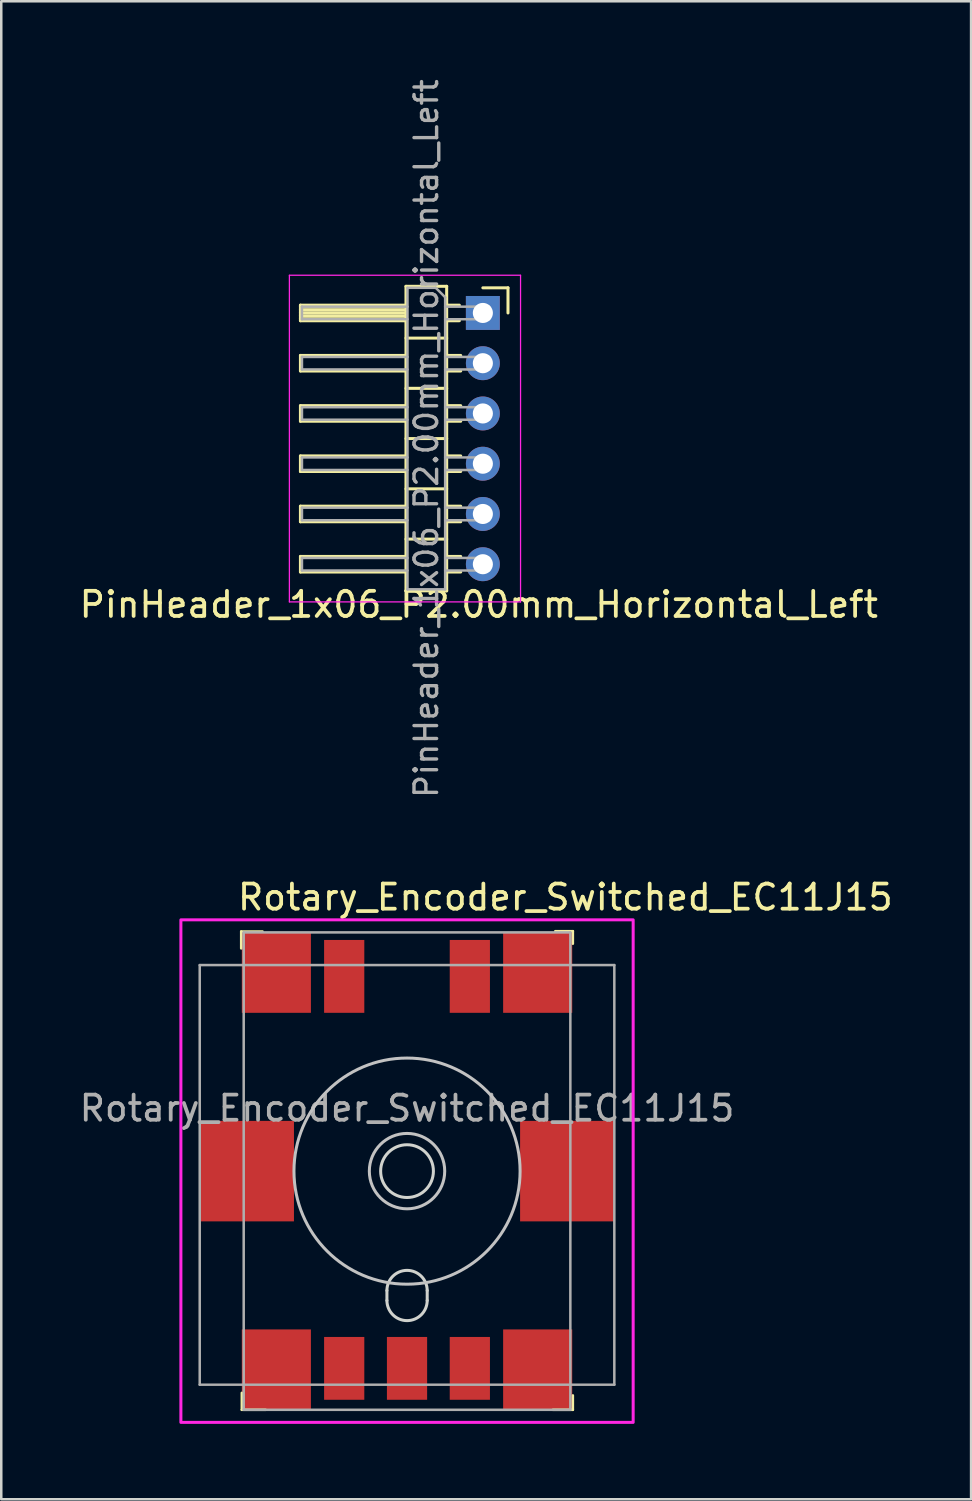
<source format=kicad_pcb>
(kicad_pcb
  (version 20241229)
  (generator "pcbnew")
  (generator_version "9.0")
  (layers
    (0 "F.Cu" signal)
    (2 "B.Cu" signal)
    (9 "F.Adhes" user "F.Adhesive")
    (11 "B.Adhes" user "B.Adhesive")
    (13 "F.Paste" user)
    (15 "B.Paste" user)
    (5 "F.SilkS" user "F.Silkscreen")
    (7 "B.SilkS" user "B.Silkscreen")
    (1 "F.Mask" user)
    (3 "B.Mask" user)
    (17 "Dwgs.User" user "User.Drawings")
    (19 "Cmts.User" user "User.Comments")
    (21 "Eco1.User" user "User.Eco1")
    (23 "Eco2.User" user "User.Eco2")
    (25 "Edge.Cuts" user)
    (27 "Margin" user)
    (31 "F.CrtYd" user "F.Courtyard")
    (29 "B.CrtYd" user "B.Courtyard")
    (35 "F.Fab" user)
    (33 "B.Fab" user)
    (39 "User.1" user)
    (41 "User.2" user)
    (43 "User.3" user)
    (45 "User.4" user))
  (footprint "PinHeader_1x06_P2.00mm_Horizontal_Left"
    (layer "F.Cu")
    (at 10.047 9.405)
    (property "Reference" "PinHeader_1x06_P2.00mm_Horizontal_Left" (at 5.959 11.604 0) (layer "F.SilkS") (effects (font (size 1 1) (thickness 0.15))))
    (attr through_hole)
    (fp_line (start -1.14 -0.31) (end -1.14 0.31) (stroke (width 0.12) (type solid)) (layer "F.SilkS"))
    (fp_line (start -1.14 0.31) (end 3.06 0.31) (stroke (width 0.12) (type solid)) (layer "F.SilkS"))
    (fp_line (start -1.14 1.69) (end -1.14 2.31) (stroke (width 0.12) (type solid)) (layer "F.SilkS"))
    (fp_line (start -1.14 2.31) (end 3.06 2.31) (stroke (width 0.12) (type solid)) (layer "F.SilkS"))
    (fp_line (start -1.14 3.69) (end -1.14 4.31) (stroke (width 0.12) (type solid)) (layer "F.SilkS"))
    (fp_line (start -1.14 4.31) (end 3.06 4.31) (stroke (width 0.12) (type solid)) (layer "F.SilkS"))
    (fp_line (start -1.14 5.69) (end -1.14 6.31) (stroke (width 0.12) (type solid)) (layer "F.SilkS"))
    (fp_line (start -1.14 6.31) (end 3.06 6.31) (stroke (width 0.12) (type solid)) (layer "F.SilkS"))
    (fp_line (start -1.14 7.69) (end -1.14 8.31) (stroke (width 0.12) (type solid)) (layer "F.SilkS"))
    (fp_line (start -1.14 8.31) (end 3.06 8.31) (stroke (width 0.12) (type solid)) (layer "F.SilkS"))
    (fp_line (start -1.14 9.69) (end -1.14 10.31) (stroke (width 0.12) (type solid)) (layer "F.SilkS"))
    (fp_line (start -1.14 10.31) (end 3.06 10.31) (stroke (width 0.12) (type solid)) (layer "F.SilkS"))
    (fp_line (start 3.06 -1.06) (end 4.68 -1.06) (stroke (width 0.12) (type solid)) (layer "F.SilkS"))
    (fp_line (start 3.06 -0.31) (end -1.14 -0.31) (stroke (width 0.12) (type solid)) (layer "F.SilkS"))
    (fp_line (start 3.06 -0.25) (end -1.14 -0.25) (stroke (width 0.12) (type solid)) (layer "F.SilkS"))
    (fp_line (start 3.06 -0.13) (end -1.14 -0.13) (stroke (width 0.12) (type solid)) (layer "F.SilkS"))
    (fp_line (start 3.06 -0.01) (end -1.14 -0.01) (stroke (width 0.12) (type solid)) (layer "F.SilkS"))
    (fp_line (start 3.06 0.11) (end -1.14 0.11) (stroke (width 0.12) (type solid)) (layer "F.SilkS"))
    (fp_line (start 3.06 0.23) (end -1.14 0.23) (stroke (width 0.12) (type solid)) (layer "F.SilkS"))
    (fp_line (start 3.06 1.69) (end -1.14 1.69) (stroke (width 0.12) (type solid)) (layer "F.SilkS"))
    (fp_line (start 3.06 3.69) (end -1.14 3.69) (stroke (width 0.12) (type solid)) (layer "F.SilkS"))
    (fp_line (start 3.06 5.69) (end -1.14 5.69) (stroke (width 0.12) (type solid)) (layer "F.SilkS"))
    (fp_line (start 3.06 7.69) (end -1.14 7.69) (stroke (width 0.12) (type solid)) (layer "F.SilkS"))
    (fp_line (start 3.06 9.69) (end -1.14 9.69) (stroke (width 0.12) (type solid)) (layer "F.SilkS"))
    (fp_line (start 3.06 11.06) (end 3.06 -1.06) (stroke (width 0.12) (type solid)) (layer "F.SilkS"))
    (fp_line (start 4.68 -1.06) (end 4.68 11.06) (stroke (width 0.12) (type solid)) (layer "F.SilkS"))
    (fp_line (start 4.68 1) (end 3.06 1) (stroke (width 0.12) (type solid)) (layer "F.SilkS"))
    (fp_line (start 4.68 3) (end 3.06 3) (stroke (width 0.12) (type solid)) (layer "F.SilkS"))
    (fp_line (start 4.68 5) (end 3.06 5) (stroke (width 0.12) (type solid)) (layer "F.SilkS"))
    (fp_line (start 4.68 7) (end 3.06 7) (stroke (width 0.12) (type solid)) (layer "F.SilkS"))
    (fp_line (start 4.68 9) (end 3.06 9) (stroke (width 0.12) (type solid)) (layer "F.SilkS"))
    (fp_line (start 4.68 11.06) (end 3.06 11.06) (stroke (width 0.12) (type solid)) (layer "F.SilkS"))
    (fp_line (start 5.185 -0.31) (end 4.68 -0.31) (stroke (width 0.12) (type solid)) (layer "F.SilkS"))
    (fp_line (start 5.185 0.31) (end 4.68 0.31) (stroke (width 0.12) (type solid)) (layer "F.SilkS"))
    (fp_line (start 5.238 1.69) (end 4.68 1.69) (stroke (width 0.12) (type solid)) (layer "F.SilkS"))
    (fp_line (start 5.238 2.31) (end 4.68 2.31) (stroke (width 0.12) (type solid)) (layer "F.SilkS"))
    (fp_line (start 5.238 3.69) (end 4.68 3.69) (stroke (width 0.12) (type solid)) (layer "F.SilkS"))
    (fp_line (start 5.238 4.31) (end 4.68 4.31) (stroke (width 0.12) (type solid)) (layer "F.SilkS"))
    (fp_line (start 5.238 5.69) (end 4.68 5.69) (stroke (width 0.12) (type solid)) (layer "F.SilkS"))
    (fp_line (start 5.238 6.31) (end 4.68 6.31) (stroke (width 0.12) (type solid)) (layer "F.SilkS"))
    (fp_line (start 5.238 7.69) (end 4.68 7.69) (stroke (width 0.12) (type solid)) (layer "F.SilkS"))
    (fp_line (start 5.238 8.31) (end 4.68 8.31) (stroke (width 0.12) (type solid)) (layer "F.SilkS"))
    (fp_line (start 5.238 9.69) (end 4.68 9.69) (stroke (width 0.12) (type solid)) (layer "F.SilkS"))
    (fp_line (start 5.238 10.31) (end 4.68 10.31) (stroke (width 0.12) (type solid)) (layer "F.SilkS"))
    (fp_line (start 7.12 -1) (end 6.12 -1) (stroke (width 0.12) (type solid)) (layer "F.SilkS"))
    (fp_line (start 7.12 0) (end 7.12 -1) (stroke (width 0.12) (type solid)) (layer "F.SilkS"))
    (fp_line (start -1.58 -1.5) (end 7.62 -1.5) (stroke (width 0.05) (type solid)) (layer "F.CrtYd"))
    (fp_line (start -1.58 11.5) (end -1.58 -1.5) (stroke (width 0.05) (type solid)) (layer "F.CrtYd"))
    (fp_line (start 7.62 -1.5) (end 7.62 11.5) (stroke (width 0.05) (type solid)) (layer "F.CrtYd"))
    (fp_line (start 7.62 11.5) (end -1.58 11.5) (stroke (width 0.05) (type solid)) (layer "F.CrtYd"))
    (fp_line (start -1.08 -0.25) (end -1.08 0.25) (stroke (width 0.1) (type solid)) (layer "F.Fab"))
    (fp_line (start -1.08 1.75) (end -1.08 2.25) (stroke (width 0.1) (type solid)) (layer "F.Fab"))
    (fp_line (start -1.08 3.75) (end -1.08 4.25) (stroke (width 0.1) (type solid)) (layer "F.Fab"))
    (fp_line (start -1.08 5.75) (end -1.08 6.25) (stroke (width 0.1) (type solid)) (layer "F.Fab"))
    (fp_line (start -1.08 7.75) (end -1.08 8.25) (stroke (width 0.1) (type solid)) (layer "F.Fab"))
    (fp_line (start -1.08 9.75) (end -1.08 10.25) (stroke (width 0.1) (type solid)) (layer "F.Fab"))
    (fp_line (start 3.12 -1) (end 3.12 11) (stroke (width 0.1) (type solid)) (layer "F.Fab"))
    (fp_line (start 3.12 -0.25) (end -1.08 -0.25) (stroke (width 0.1) (type solid)) (layer "F.Fab"))
    (fp_line (start 3.12 0.25) (end -1.08 0.25) (stroke (width 0.1) (type solid)) (layer "F.Fab"))
    (fp_line (start 3.12 1.75) (end -1.08 1.75) (stroke (width 0.1) (type solid)) (layer "F.Fab"))
    (fp_line (start 3.12 2.25) (end -1.08 2.25) (stroke (width 0.1) (type solid)) (layer "F.Fab"))
    (fp_line (start 3.12 3.75) (end -1.08 3.75) (stroke (width 0.1) (type solid)) (layer "F.Fab"))
    (fp_line (start 3.12 4.25) (end -1.08 4.25) (stroke (width 0.1) (type solid)) (layer "F.Fab"))
    (fp_line (start 3.12 5.75) (end -1.08 5.75) (stroke (width 0.1) (type solid)) (layer "F.Fab"))
    (fp_line (start 3.12 6.25) (end -1.08 6.25) (stroke (width 0.1) (type solid)) (layer "F.Fab"))
    (fp_line (start 3.12 7.75) (end -1.08 7.75) (stroke (width 0.1) (type solid)) (layer "F.Fab"))
    (fp_line (start 3.12 8.25) (end -1.08 8.25) (stroke (width 0.1) (type solid)) (layer "F.Fab"))
    (fp_line (start 3.12 9.75) (end -1.08 9.75) (stroke (width 0.1) (type solid)) (layer "F.Fab"))
    (fp_line (start 3.12 10.25) (end -1.08 10.25) (stroke (width 0.1) (type solid)) (layer "F.Fab"))
    (fp_line (start 3.12 11) (end 4.62 11) (stroke (width 0.1) (type solid)) (layer "F.Fab"))
    (fp_line (start 4.245 -1) (end 3.12 -1) (stroke (width 0.1) (type solid)) (layer "F.Fab"))
    (fp_line (start 4.62 -0.625) (end 4.245 -1) (stroke (width 0.1) (type solid)) (layer "F.Fab"))
    (fp_line (start 4.62 11) (end 4.62 -0.625) (stroke (width 0.1) (type solid)) (layer "F.Fab"))
    (fp_line (start 6.37 -0.25) (end 4.62 -0.25) (stroke (width 0.1) (type solid)) (layer "F.Fab"))
    (fp_line (start 6.37 -0.25) (end 6.37 0.25) (stroke (width 0.1) (type solid)) (layer "F.Fab"))
    (fp_line (start 6.37 0.25) (end 4.62 0.25) (stroke (width 0.1) (type solid)) (layer "F.Fab"))
    (fp_line (start 6.37 1.75) (end 4.62 1.75) (stroke (width 0.1) (type solid)) (layer "F.Fab"))
    (fp_line (start 6.37 1.75) (end 6.37 2.25) (stroke (width 0.1) (type solid)) (layer "F.Fab"))
    (fp_line (start 6.37 2.25) (end 4.62 2.25) (stroke (width 0.1) (type solid)) (layer "F.Fab"))
    (fp_line (start 6.37 3.75) (end 4.62 3.75) (stroke (width 0.1) (type solid)) (layer "F.Fab"))
    (fp_line (start 6.37 3.75) (end 6.37 4.25) (stroke (width 0.1) (type solid)) (layer "F.Fab"))
    (fp_line (start 6.37 4.25) (end 4.62 4.25) (stroke (width 0.1) (type solid)) (layer "F.Fab"))
    (fp_line (start 6.37 5.75) (end 4.62 5.75) (stroke (width 0.1) (type solid)) (layer "F.Fab"))
    (fp_line (start 6.37 5.75) (end 6.37 6.25) (stroke (width 0.1) (type solid)) (layer "F.Fab"))
    (fp_line (start 6.37 6.25) (end 4.62 6.25) (stroke (width 0.1) (type solid)) (layer "F.Fab"))
    (fp_line (start 6.37 7.75) (end 4.62 7.75) (stroke (width 0.1) (type solid)) (layer "F.Fab"))
    (fp_line (start 6.37 7.75) (end 6.37 8.25) (stroke (width 0.1) (type solid)) (layer "F.Fab"))
    (fp_line (start 6.37 8.25) (end 4.62 8.25) (stroke (width 0.1) (type solid)) (layer "F.Fab"))
    (fp_line (start 6.37 9.75) (end 4.62 9.75) (stroke (width 0.1) (type solid)) (layer "F.Fab"))
    (fp_line (start 6.37 9.75) (end 6.37 10.25) (stroke (width 0.1) (type solid)) (layer "F.Fab"))
    (fp_line (start 6.37 10.25) (end 4.62 10.25) (stroke (width 0.1) (type solid)) (layer "F.Fab"))
    (fp_text user "${REFERENCE}" (at 3.87 5 90) (layer "F.Fab") (effects (font (size 0.9 0.9) (thickness 0.135))))
    (pad "1" thru_hole rect (at 6.12 0) (size 1.35 1.35) (drill 0.8) (layers "*.Cu" "*.Mask"))
    (pad "2" thru_hole oval (at 6.12 2) (size 1.35 1.35) (drill 0.8) (layers "*.Cu" "*.Mask"))
    (pad "3" thru_hole oval (at 6.12 4) (size 1.35 1.35) (drill 0.8) (layers "*.Cu" "*.Mask"))
    (pad "4" thru_hole oval (at 6.12 6) (size 1.35 1.35) (drill 0.8) (layers "*.Cu" "*.Mask"))
    (pad "5" thru_hole oval (at 6.12 8) (size 1.35 1.35) (drill 0.8) (layers "*.Cu" "*.Mask"))
    (pad "6" thru_hole oval (at 6.12 10) (size 1.35 1.35) (drill 0.8) (layers "*.Cu" "*.Mask")))
  (footprint "Rotary_Encoder_Switched_EC11J15"
    (layer "F.Cu")
    (at 13.149 43.559)
    (property "Reference" "Rotary_Encoder_Switched_EC11J15" (at 6.3 -10.9 0) (layer "F.SilkS") (effects (font (size 1 1) (thickness 0.15))))
    (attr through_hole)
    (fp_line (start -6.6 -9.537) (end -6.6 -8.863) (stroke (width 0.1) (type solid)) (layer "F.SilkS"))
    (fp_line (start -6.575 9.5) (end -6.575 8.825) (stroke (width 0.1) (type solid)) (layer "F.SilkS"))
    (fp_line (start -5.75 -9.537) (end -6.6 -9.537) (stroke (width 0.1) (type solid)) (layer "F.SilkS"))
    (fp_line (start -5.625 9.5) (end -6.575 9.5) (stroke (width 0.1) (type solid)) (layer "F.SilkS"))
    (fp_line (start 5.9 -9.55) (end 6.6 -9.55) (stroke (width 0.1) (type solid)) (layer "F.SilkS"))
    (fp_line (start 6.6 -9.55) (end 6.6 -9.05) (stroke (width 0.1) (type solid)) (layer "F.SilkS"))
    (fp_line (start 6.6 8.925) (end 6.6 9.5) (stroke (width 0.1) (type solid)) (layer "F.SilkS"))
    (fp_line (start 6.6 9.5) (end 5.8 9.5) (stroke (width 0.1) (type solid)) (layer "F.SilkS"))
    (fp_circle (center 0 0) (end 1.5 0) (stroke (width 0.12) (type solid)) (fill no) (layer "Dwgs.User"))
    (fp_circle (center 0 0) (end 4.5 0) (stroke (width 0.12) (type solid)) (fill no) (layer "Dwgs.User"))
    (fp_line (start -0.8 4.751) (end -0.8 5.149) (stroke (width 0.12) (type solid)) (layer "Edge.Cuts"))
    (fp_line (start 0.803 4.751) (end 0.803 5.149) (stroke (width 0.12) (type solid)) (layer "Edge.Cuts"))
    (fp_arc (start -0.799987 4.751456) (mid 0.001431 3.95) (end 0.802875 4.751431) (stroke (width 0.12) (type solid)) (layer "Edge.Cuts"))
    (fp_arc (start 0.802849 5.148544) (mid 0.001431 5.95) (end -0.800013 5.148569) (stroke (width 0.12) (type solid)) (layer "Edge.Cuts"))
    (fp_circle (center 0 0) (end 1.05 0) (stroke (width 0.12) (type solid)) (fill no) (layer "Edge.Cuts"))
    (fp_rect (start -9 -10) (end 9 10) (stroke (width 0.12) (type solid)) (fill no) (layer "F.CrtYd"))
    (fp_line (start -8.25 -8.2) (end -8.25 8.5) (stroke (width 0.1) (type solid)) (layer "F.Fab"))
    (fp_line (start -8.25 -8.2) (end 8.25 -8.2) (stroke (width 0.1) (type solid)) (layer "F.Fab"))
    (fp_line (start -8.25 8.5) (end 8.25 8.5) (stroke (width 0.1) (type solid)) (layer "F.Fab"))
    (fp_line (start -6.5 -9.5) (end -6.5 9.5) (stroke (width 0.1) (type solid)) (layer "F.Fab"))
    (fp_line (start -6.5 -9.5) (end 6.5 -9.5) (stroke (width 0.1) (type solid)) (layer "F.Fab"))
    (fp_line (start -6.5 9.5) (end 6.5 9.5) (stroke (width 0.1) (type solid)) (layer "F.Fab"))
    (fp_line (start 6.5 -9.5) (end 6.5 9.5) (stroke (width 0.1) (type solid)) (layer "F.Fab"))
    (fp_line (start 8.25 -8.2) (end 8.25 8.5) (stroke (width 0.1) (type solid)) (layer "F.Fab"))
    (fp_text user "${REFERENCE}" (at 0 -2.5 0) (layer "F.Fab") (effects (font (size 1 1) (thickness 0.15))))
    (pad "" smd rect (at -6.375 0) (size 3.75 4) (layers "F.Cu" "F.Mask" "F.Paste"))
    (pad "" smd rect (at -5.2 -7.9) (size 2.75 3.2) (layers "F.Cu" "F.Mask" "F.Paste"))
    (pad "" smd rect (at -5.2 7.9) (size 2.75 3.2) (layers "F.Cu" "F.Mask" "F.Paste"))
    (pad "" smd rect (at 5.2 -7.9) (size 2.75 3.2) (layers "F.Cu" "F.Mask" "F.Paste"))
    (pad "" smd rect (at 5.2 7.9) (size 2.75 3.2) (layers "F.Cu" "F.Mask" "F.Paste"))
    (pad "" smd rect (at 6.375 0) (size 3.75 4) (layers "F.Cu" "F.Mask" "F.Paste"))
    (pad "A" smd rect (at -2.5 7.85) (size 1.6 2.5) (layers "F.Cu" "F.Mask" "F.Paste"))
    (pad "B" smd rect (at 2.5 7.85) (size 1.6 2.5) (layers "F.Cu" "F.Mask" "F.Paste"))
    (pad "C" smd rect (at 0 7.85) (size 1.6 2.5) (layers "F.Cu" "F.Mask" "F.Paste"))
    (pad "S1" smd rect (at -2.5 -7.75) (size 1.6 2.9) (layers "F.Cu" "F.Mask" "F.Paste"))
    (pad "S2" smd rect (at 2.5 -7.75) (size 1.6 2.9) (layers "F.Cu" "F.Mask" "F.Paste")))
  (gr_rect
    (start -3 -3)
    (end 35.598 56.619)
    (stroke (width 0.1) (type default))
    (fill no)
    (layer "Edge.Cuts")))
</source>
